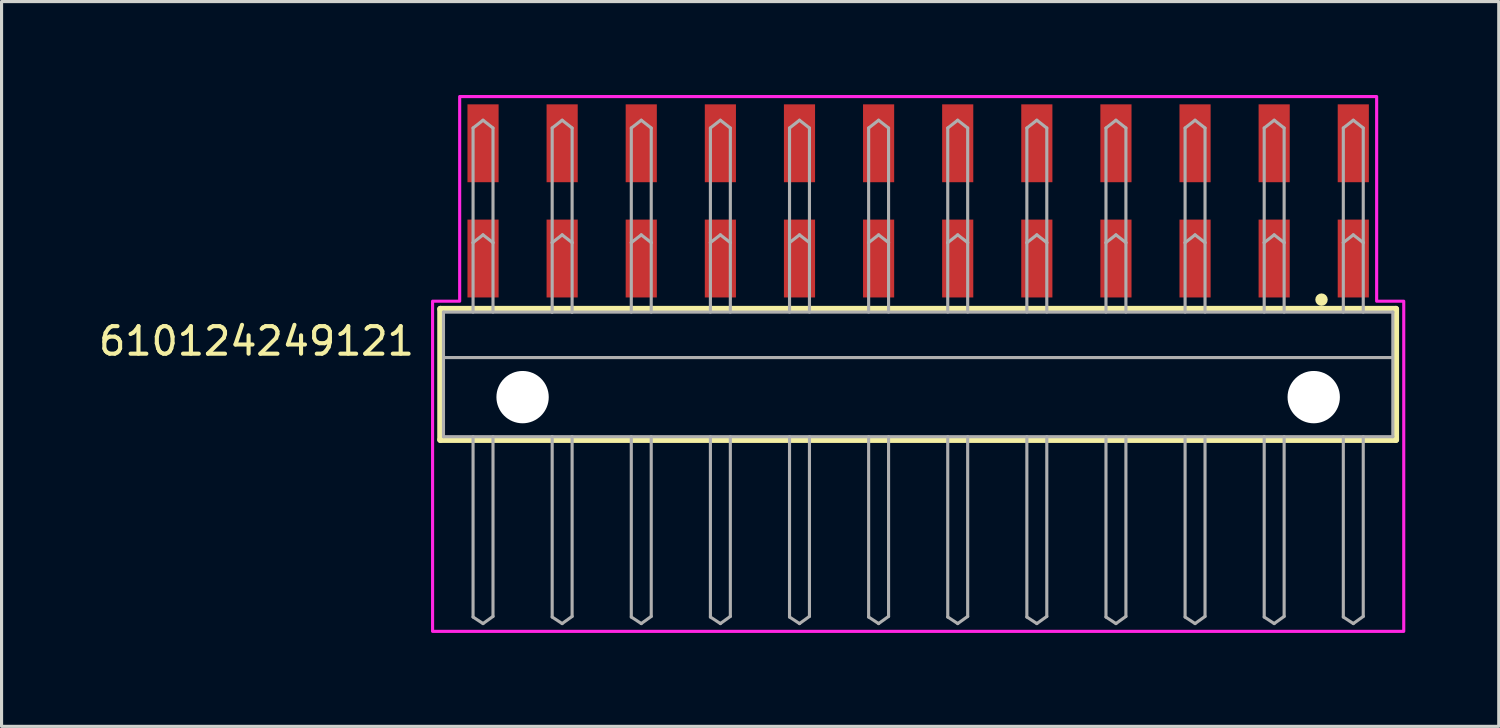
<source format=kicad_pcb>
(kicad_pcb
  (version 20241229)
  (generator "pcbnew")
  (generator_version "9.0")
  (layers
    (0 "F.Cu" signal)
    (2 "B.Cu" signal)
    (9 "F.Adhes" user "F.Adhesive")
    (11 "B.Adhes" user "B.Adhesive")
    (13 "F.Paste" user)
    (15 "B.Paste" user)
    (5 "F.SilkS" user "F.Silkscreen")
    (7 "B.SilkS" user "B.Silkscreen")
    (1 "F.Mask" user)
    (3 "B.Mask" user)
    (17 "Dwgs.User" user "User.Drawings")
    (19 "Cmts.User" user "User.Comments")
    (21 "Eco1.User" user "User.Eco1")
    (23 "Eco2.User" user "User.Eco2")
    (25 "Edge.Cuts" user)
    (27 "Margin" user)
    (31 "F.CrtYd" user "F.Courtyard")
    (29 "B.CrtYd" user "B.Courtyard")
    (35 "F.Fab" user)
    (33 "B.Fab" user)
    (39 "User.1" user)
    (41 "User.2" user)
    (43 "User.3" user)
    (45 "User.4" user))
  (footprint "610124249121"
    (layer "F.Cu")
    (at 26.428 9.7)
    (property "Reference" "610124249121" (at -16.106 -1.28 0) (unlocked yes) (layer "F.SilkS") (effects (font (size 0.884 0.884) (thickness 0.132)) (justify right bottom)))
    (fp_line (start -15.34 -2.83) (end 15.34 -2.83) (stroke (width 0.2) (type solid)) (layer "F.SilkS"))
    (fp_line (start -15.34 1.37) (end -15.34 -2.83) (stroke (width 0.2) (type solid)) (layer "F.SilkS"))
    (fp_line (start 15.34 -2.83) (end 15.34 1.37) (stroke (width 0.2) (type solid)) (layer "F.SilkS"))
    (fp_line (start 15.34 1.37) (end -15.34 1.37) (stroke (width 0.2) (type solid)) (layer "F.SilkS"))
    (fp_circle (center 12.95 -3.13) (end 13.05 -3.13) (stroke (width 0.2) (type solid)) (fill no) (layer "F.SilkS"))
    (fp_poly (pts (xy 14.72 -3.08) (xy 15.59 -3.08) (xy 15.59 7.52) (xy -15.59 7.52) (xy -15.59 -3.08) (xy -14.72 -3.08) (xy -14.72 -9.65) (xy 14.72 -9.65)) (stroke (width 0.1) (type default)) (fill no) (layer "F.CrtYd"))
    (fp_line (start -15.24 -2.73) (end -15.24 1.27) (stroke (width 0.1) (type solid)) (layer "F.Fab"))
    (fp_line (start -15.23 -1.27) (end 15.23 -1.27) (stroke (width 0.1) (type solid)) (layer "F.Fab"))
    (fp_line (start -14.29 -4.96) (end -14.29 -8.64) (stroke (width 0.1) (type solid)) (layer "F.Fab"))
    (fp_line (start -14.29 -2.73) (end -14.29 -4.96) (stroke (width 0.1) (type solid)) (layer "F.Fab"))
    (fp_line (start -14.29 1.27) (end -14.29 7.06) (stroke (width 0.1) (type solid)) (layer "F.Fab"))
    (fp_line (start -14.29 7.06) (end -13.97 7.27) (stroke (width 0.1) (type solid)) (layer "F.Fab"))
    (fp_line (start -13.97 -8.89) (end -14.29 -8.64) (stroke (width 0.1) (type solid)) (layer "F.Fab"))
    (fp_line (start -13.97 -8.89) (end -13.65 -8.64) (stroke (width 0.1) (type solid)) (layer "F.Fab"))
    (fp_line (start -13.97 -5.21) (end -14.29 -4.96) (stroke (width 0.1) (type solid)) (layer "F.Fab"))
    (fp_line (start -13.97 -5.21) (end -13.65 -4.96) (stroke (width 0.1) (type solid)) (layer "F.Fab"))
    (fp_line (start -13.97 7.27) (end -13.65 7.04) (stroke (width 0.1) (type solid)) (layer "F.Fab"))
    (fp_line (start -13.65 -8.64) (end -13.65 -4.96) (stroke (width 0.1) (type solid)) (layer "F.Fab"))
    (fp_line (start -13.65 -4.96) (end -13.65 -2.73) (stroke (width 0.1) (type solid)) (layer "F.Fab"))
    (fp_line (start -13.65 7.04) (end -13.65 1.27) (stroke (width 0.1) (type solid)) (layer "F.Fab"))
    (fp_line (start -11.75 -4.96) (end -11.75 -8.64) (stroke (width 0.1) (type solid)) (layer "F.Fab"))
    (fp_line (start -11.75 -2.73) (end -15.24 -2.73) (stroke (width 0.1) (type solid)) (layer "F.Fab"))
    (fp_line (start -11.75 -2.73) (end -11.75 -4.96) (stroke (width 0.1) (type solid)) (layer "F.Fab"))
    (fp_line (start -11.75 1.27) (end -15.24 1.27) (stroke (width 0.1) (type solid)) (layer "F.Fab"))
    (fp_line (start -11.75 1.27) (end -11.75 7.06) (stroke (width 0.1) (type solid)) (layer "F.Fab"))
    (fp_line (start -11.75 7.06) (end -11.43 7.27) (stroke (width 0.1) (type solid)) (layer "F.Fab"))
    (fp_line (start -11.43 -8.89) (end -11.75 -8.64) (stroke (width 0.1) (type solid)) (layer "F.Fab"))
    (fp_line (start -11.43 -8.89) (end -11.11 -8.64) (stroke (width 0.1) (type solid)) (layer "F.Fab"))
    (fp_line (start -11.43 -5.21) (end -11.75 -4.96) (stroke (width 0.1) (type solid)) (layer "F.Fab"))
    (fp_line (start -11.43 -5.21) (end -11.11 -4.96) (stroke (width 0.1) (type solid)) (layer "F.Fab"))
    (fp_line (start -11.43 7.27) (end -11.11 7.04) (stroke (width 0.1) (type solid)) (layer "F.Fab"))
    (fp_line (start -11.11 -8.64) (end -11.11 -4.96) (stroke (width 0.1) (type solid)) (layer "F.Fab"))
    (fp_line (start -11.11 -4.96) (end -11.11 -2.73) (stroke (width 0.1) (type solid)) (layer "F.Fab"))
    (fp_line (start -11.11 -2.73) (end -11.75 -2.73) (stroke (width 0.1) (type solid)) (layer "F.Fab"))
    (fp_line (start -11.11 1.27) (end -11.75 1.27) (stroke (width 0.1) (type solid)) (layer "F.Fab"))
    (fp_line (start -11.11 7.04) (end -11.11 1.27) (stroke (width 0.1) (type solid)) (layer "F.Fab"))
    (fp_line (start -9.21 -4.96) (end -9.21 -8.64) (stroke (width 0.1) (type solid)) (layer "F.Fab"))
    (fp_line (start -9.21 -2.73) (end -9.21 -4.96) (stroke (width 0.1) (type solid)) (layer "F.Fab"))
    (fp_line (start -9.21 1.27) (end -9.21 7.06) (stroke (width 0.1) (type solid)) (layer "F.Fab"))
    (fp_line (start -9.21 7.06) (end -8.89 7.27) (stroke (width 0.1) (type solid)) (layer "F.Fab"))
    (fp_line (start -8.89 -8.89) (end -9.21 -8.64) (stroke (width 0.1) (type solid)) (layer "F.Fab"))
    (fp_line (start -8.89 -8.89) (end -8.57 -8.64) (stroke (width 0.1) (type solid)) (layer "F.Fab"))
    (fp_line (start -8.89 -5.21) (end -9.21 -4.96) (stroke (width 0.1) (type solid)) (layer "F.Fab"))
    (fp_line (start -8.89 -5.21) (end -8.57 -4.96) (stroke (width 0.1) (type solid)) (layer "F.Fab"))
    (fp_line (start -8.89 7.27) (end -8.57 7.04) (stroke (width 0.1) (type solid)) (layer "F.Fab"))
    (fp_line (start -8.57 -8.64) (end -8.57 -4.96) (stroke (width 0.1) (type solid)) (layer "F.Fab"))
    (fp_line (start -8.57 -4.96) (end -8.57 -2.73) (stroke (width 0.1) (type solid)) (layer "F.Fab"))
    (fp_line (start -8.57 7.04) (end -8.57 1.27) (stroke (width 0.1) (type solid)) (layer "F.Fab"))
    (fp_line (start -6.67 -4.96) (end -6.67 -8.64) (stroke (width 0.1) (type solid)) (layer "F.Fab"))
    (fp_line (start -6.67 -2.73) (end -6.67 -4.96) (stroke (width 0.1) (type solid)) (layer "F.Fab"))
    (fp_line (start -6.67 1.27) (end -6.67 7.06) (stroke (width 0.1) (type solid)) (layer "F.Fab"))
    (fp_line (start -6.67 7.06) (end -6.35 7.27) (stroke (width 0.1) (type solid)) (layer "F.Fab"))
    (fp_line (start -6.35 -8.89) (end -6.67 -8.64) (stroke (width 0.1) (type solid)) (layer "F.Fab"))
    (fp_line (start -6.35 -8.89) (end -6.03 -8.64) (stroke (width 0.1) (type solid)) (layer "F.Fab"))
    (fp_line (start -6.35 -5.21) (end -6.67 -4.96) (stroke (width 0.1) (type solid)) (layer "F.Fab"))
    (fp_line (start -6.35 -5.21) (end -6.03 -4.96) (stroke (width 0.1) (type solid)) (layer "F.Fab"))
    (fp_line (start -6.35 7.27) (end -6.03 7.04) (stroke (width 0.1) (type solid)) (layer "F.Fab"))
    (fp_line (start -6.03 -8.64) (end -6.03 -4.96) (stroke (width 0.1) (type solid)) (layer "F.Fab"))
    (fp_line (start -6.03 -4.96) (end -6.03 -2.73) (stroke (width 0.1) (type solid)) (layer "F.Fab"))
    (fp_line (start -6.03 7.04) (end -6.03 1.27) (stroke (width 0.1) (type solid)) (layer "F.Fab"))
    (fp_line (start -4.13 -4.96) (end -4.13 -8.64) (stroke (width 0.1) (type solid)) (layer "F.Fab"))
    (fp_line (start -4.13 -2.73) (end -4.13 -4.96) (stroke (width 0.1) (type solid)) (layer "F.Fab"))
    (fp_line (start -4.13 1.27) (end -4.13 7.06) (stroke (width 0.1) (type solid)) (layer "F.Fab"))
    (fp_line (start -4.13 7.06) (end -3.81 7.27) (stroke (width 0.1) (type solid)) (layer "F.Fab"))
    (fp_line (start -3.81 -8.89) (end -4.13 -8.64) (stroke (width 0.1) (type solid)) (layer "F.Fab"))
    (fp_line (start -3.81 -8.89) (end -3.49 -8.64) (stroke (width 0.1) (type solid)) (layer "F.Fab"))
    (fp_line (start -3.81 -5.21) (end -4.13 -4.96) (stroke (width 0.1) (type solid)) (layer "F.Fab"))
    (fp_line (start -3.81 -5.21) (end -3.49 -4.96) (stroke (width 0.1) (type solid)) (layer "F.Fab"))
    (fp_line (start -3.81 7.27) (end -3.49 7.04) (stroke (width 0.1) (type solid)) (layer "F.Fab"))
    (fp_line (start -3.49 -8.64) (end -3.49 -4.96) (stroke (width 0.1) (type solid)) (layer "F.Fab"))
    (fp_line (start -3.49 -4.96) (end -3.49 -2.73) (stroke (width 0.1) (type solid)) (layer "F.Fab"))
    (fp_line (start -3.49 7.04) (end -3.49 1.27) (stroke (width 0.1) (type solid)) (layer "F.Fab"))
    (fp_line (start -1.59 -4.96) (end -1.59 -8.64) (stroke (width 0.1) (type solid)) (layer "F.Fab"))
    (fp_line (start -1.59 -2.73) (end -1.59 -4.96) (stroke (width 0.1) (type solid)) (layer "F.Fab"))
    (fp_line (start -1.59 1.27) (end -1.59 7.06) (stroke (width 0.1) (type solid)) (layer "F.Fab"))
    (fp_line (start -1.59 7.06) (end -1.27 7.27) (stroke (width 0.1) (type solid)) (layer "F.Fab"))
    (fp_line (start -1.27 -8.89) (end -1.59 -8.64) (stroke (width 0.1) (type solid)) (layer "F.Fab"))
    (fp_line (start -1.27 -8.89) (end -0.95 -8.64) (stroke (width 0.1) (type solid)) (layer "F.Fab"))
    (fp_line (start -1.27 -5.21) (end -1.59 -4.96) (stroke (width 0.1) (type solid)) (layer "F.Fab"))
    (fp_line (start -1.27 -5.21) (end -0.95 -4.96) (stroke (width 0.1) (type solid)) (layer "F.Fab"))
    (fp_line (start -1.27 7.27) (end -0.95 7.04) (stroke (width 0.1) (type solid)) (layer "F.Fab"))
    (fp_line (start -0.95 -8.64) (end -0.95 -4.96) (stroke (width 0.1) (type solid)) (layer "F.Fab"))
    (fp_line (start -0.95 -4.96) (end -0.95 -2.73) (stroke (width 0.1) (type solid)) (layer "F.Fab"))
    (fp_line (start -0.95 7.04) (end -0.95 1.27) (stroke (width 0.1) (type solid)) (layer "F.Fab"))
    (fp_line (start 0.95 -4.96) (end 0.95 -8.64) (stroke (width 0.1) (type solid)) (layer "F.Fab"))
    (fp_line (start 0.95 -2.73) (end 0.95 -4.96) (stroke (width 0.1) (type solid)) (layer "F.Fab"))
    (fp_line (start 0.95 1.27) (end 0.95 7.06) (stroke (width 0.1) (type solid)) (layer "F.Fab"))
    (fp_line (start 0.95 7.06) (end 1.27 7.27) (stroke (width 0.1) (type solid)) (layer "F.Fab"))
    (fp_line (start 1.27 -8.89) (end 0.95 -8.64) (stroke (width 0.1) (type solid)) (layer "F.Fab"))
    (fp_line (start 1.27 -8.89) (end 1.59 -8.64) (stroke (width 0.1) (type solid)) (layer "F.Fab"))
    (fp_line (start 1.27 -5.21) (end 0.95 -4.96) (stroke (width 0.1) (type solid)) (layer "F.Fab"))
    (fp_line (start 1.27 -5.21) (end 1.59 -4.96) (stroke (width 0.1) (type solid)) (layer "F.Fab"))
    (fp_line (start 1.27 7.27) (end 1.59 7.04) (stroke (width 0.1) (type solid)) (layer "F.Fab"))
    (fp_line (start 1.59 -8.64) (end 1.59 -4.96) (stroke (width 0.1) (type solid)) (layer "F.Fab"))
    (fp_line (start 1.59 -4.96) (end 1.59 -2.73) (stroke (width 0.1) (type solid)) (layer "F.Fab"))
    (fp_line (start 1.59 7.04) (end 1.59 1.27) (stroke (width 0.1) (type solid)) (layer "F.Fab"))
    (fp_line (start 3.49 -4.96) (end 3.49 -8.64) (stroke (width 0.1) (type solid)) (layer "F.Fab"))
    (fp_line (start 3.49 -2.73) (end 3.49 -4.96) (stroke (width 0.1) (type solid)) (layer "F.Fab"))
    (fp_line (start 3.49 1.27) (end 3.49 7.06) (stroke (width 0.1) (type solid)) (layer "F.Fab"))
    (fp_line (start 3.49 7.06) (end 3.81 7.27) (stroke (width 0.1) (type solid)) (layer "F.Fab"))
    (fp_line (start 3.81 -8.89) (end 3.49 -8.64) (stroke (width 0.1) (type solid)) (layer "F.Fab"))
    (fp_line (start 3.81 -8.89) (end 4.13 -8.64) (stroke (width 0.1) (type solid)) (layer "F.Fab"))
    (fp_line (start 3.81 -5.21) (end 3.49 -4.96) (stroke (width 0.1) (type solid)) (layer "F.Fab"))
    (fp_line (start 3.81 -5.21) (end 4.13 -4.96) (stroke (width 0.1) (type solid)) (layer "F.Fab"))
    (fp_line (start 3.81 7.27) (end 4.13 7.04) (stroke (width 0.1) (type solid)) (layer "F.Fab"))
    (fp_line (start 4.13 -8.64) (end 4.13 -4.96) (stroke (width 0.1) (type solid)) (layer "F.Fab"))
    (fp_line (start 4.13 -4.96) (end 4.13 -2.73) (stroke (width 0.1) (type solid)) (layer "F.Fab"))
    (fp_line (start 4.13 7.04) (end 4.13 1.27) (stroke (width 0.1) (type solid)) (layer "F.Fab"))
    (fp_line (start 6.03 -4.96) (end 6.03 -8.64) (stroke (width 0.1) (type solid)) (layer "F.Fab"))
    (fp_line (start 6.03 -2.73) (end 6.03 -4.96) (stroke (width 0.1) (type solid)) (layer "F.Fab"))
    (fp_line (start 6.03 1.27) (end 6.03 7.06) (stroke (width 0.1) (type solid)) (layer "F.Fab"))
    (fp_line (start 6.03 7.06) (end 6.35 7.27) (stroke (width 0.1) (type solid)) (layer "F.Fab"))
    (fp_line (start 6.35 -8.89) (end 6.03 -8.64) (stroke (width 0.1) (type solid)) (layer "F.Fab"))
    (fp_line (start 6.35 -8.89) (end 6.67 -8.64) (stroke (width 0.1) (type solid)) (layer "F.Fab"))
    (fp_line (start 6.35 -5.21) (end 6.03 -4.96) (stroke (width 0.1) (type solid)) (layer "F.Fab"))
    (fp_line (start 6.35 -5.21) (end 6.67 -4.96) (stroke (width 0.1) (type solid)) (layer "F.Fab"))
    (fp_line (start 6.35 7.27) (end 6.67 7.04) (stroke (width 0.1) (type solid)) (layer "F.Fab"))
    (fp_line (start 6.67 -8.64) (end 6.67 -4.96) (stroke (width 0.1) (type solid)) (layer "F.Fab"))
    (fp_line (start 6.67 -4.96) (end 6.67 -2.73) (stroke (width 0.1) (type solid)) (layer "F.Fab"))
    (fp_line (start 6.67 7.04) (end 6.67 1.27) (stroke (width 0.1) (type solid)) (layer "F.Fab"))
    (fp_line (start 8.57 -4.96) (end 8.57 -8.64) (stroke (width 0.1) (type solid)) (layer "F.Fab"))
    (fp_line (start 8.57 -2.73) (end 8.57 -4.96) (stroke (width 0.1) (type solid)) (layer "F.Fab"))
    (fp_line (start 8.57 1.27) (end 8.57 7.06) (stroke (width 0.1) (type solid)) (layer "F.Fab"))
    (fp_line (start 8.57 7.06) (end 8.89 7.27) (stroke (width 0.1) (type solid)) (layer "F.Fab"))
    (fp_line (start 8.89 -8.89) (end 8.57 -8.64) (stroke (width 0.1) (type solid)) (layer "F.Fab"))
    (fp_line (start 8.89 -8.89) (end 9.21 -8.64) (stroke (width 0.1) (type solid)) (layer "F.Fab"))
    (fp_line (start 8.89 -5.21) (end 8.57 -4.96) (stroke (width 0.1) (type solid)) (layer "F.Fab"))
    (fp_line (start 8.89 -5.21) (end 9.21 -4.96) (stroke (width 0.1) (type solid)) (layer "F.Fab"))
    (fp_line (start 8.89 7.27) (end 9.21 7.04) (stroke (width 0.1) (type solid)) (layer "F.Fab"))
    (fp_line (start 9.21 -8.64) (end 9.21 -4.96) (stroke (width 0.1) (type solid)) (layer "F.Fab"))
    (fp_line (start 9.21 -4.96) (end 9.21 -2.73) (stroke (width 0.1) (type solid)) (layer "F.Fab"))
    (fp_line (start 9.21 7.04) (end 9.21 1.27) (stroke (width 0.1) (type solid)) (layer "F.Fab"))
    (fp_line (start 11.11 -4.96) (end 11.11 -8.64) (stroke (width 0.1) (type solid)) (layer "F.Fab"))
    (fp_line (start 11.11 -2.73) (end 11.11 -4.96) (stroke (width 0.1) (type solid)) (layer "F.Fab"))
    (fp_line (start 11.11 1.27) (end 11.11 7.06) (stroke (width 0.1) (type solid)) (layer "F.Fab"))
    (fp_line (start 11.11 7.06) (end 11.43 7.27) (stroke (width 0.1) (type solid)) (layer "F.Fab"))
    (fp_line (start 11.43 -8.89) (end 11.11 -8.64) (stroke (width 0.1) (type solid)) (layer "F.Fab"))
    (fp_line (start 11.43 -8.89) (end 11.75 -8.64) (stroke (width 0.1) (type solid)) (layer "F.Fab"))
    (fp_line (start 11.43 -5.21) (end 11.11 -4.96) (stroke (width 0.1) (type solid)) (layer "F.Fab"))
    (fp_line (start 11.43 -5.21) (end 11.75 -4.96) (stroke (width 0.1) (type solid)) (layer "F.Fab"))
    (fp_line (start 11.43 7.27) (end 11.75 7.04) (stroke (width 0.1) (type solid)) (layer "F.Fab"))
    (fp_line (start 11.75 -8.64) (end 11.75 -4.96) (stroke (width 0.1) (type solid)) (layer "F.Fab"))
    (fp_line (start 11.75 -4.96) (end 11.75 -2.73) (stroke (width 0.1) (type solid)) (layer "F.Fab"))
    (fp_line (start 11.75 7.04) (end 11.75 1.27) (stroke (width 0.1) (type solid)) (layer "F.Fab"))
    (fp_line (start 13.65 -4.96) (end 13.65 -8.64) (stroke (width 0.1) (type solid)) (layer "F.Fab"))
    (fp_line (start 13.65 -2.73) (end 13.65 -4.96) (stroke (width 0.1) (type solid)) (layer "F.Fab"))
    (fp_line (start 13.65 1.27) (end 13.65 7.06) (stroke (width 0.1) (type solid)) (layer "F.Fab"))
    (fp_line (start 13.65 7.06) (end 13.97 7.27) (stroke (width 0.1) (type solid)) (layer "F.Fab"))
    (fp_line (start 13.97 -8.89) (end 13.65 -8.64) (stroke (width 0.1) (type solid)) (layer "F.Fab"))
    (fp_line (start 13.97 -8.89) (end 14.29 -8.64) (stroke (width 0.1) (type solid)) (layer "F.Fab"))
    (fp_line (start 13.97 -5.21) (end 13.65 -4.96) (stroke (width 0.1) (type solid)) (layer "F.Fab"))
    (fp_line (start 13.97 -5.21) (end 14.29 -4.96) (stroke (width 0.1) (type solid)) (layer "F.Fab"))
    (fp_line (start 13.97 7.27) (end 14.29 7.04) (stroke (width 0.1) (type solid)) (layer "F.Fab"))
    (fp_line (start 14.29 -8.64) (end 14.29 -4.96) (stroke (width 0.1) (type solid)) (layer "F.Fab"))
    (fp_line (start 14.29 -4.96) (end 14.29 -2.73) (stroke (width 0.1) (type solid)) (layer "F.Fab"))
    (fp_line (start 14.29 7.04) (end 14.29 1.27) (stroke (width 0.1) (type solid)) (layer "F.Fab"))
    (fp_line (start 15.24 -2.73) (end -11.11 -2.73) (stroke (width 0.1) (type solid)) (layer "F.Fab"))
    (fp_line (start 15.24 -2.73) (end 15.24 1.27) (stroke (width 0.1) (type solid)) (layer "F.Fab"))
    (fp_line (start 15.24 1.27) (end -11.11 1.27) (stroke (width 0.1) (type solid)) (layer "F.Fab"))
    (pad "" np_thru_hole circle (at -12.7 0) (size 1.68 1.68) (drill 1.68) (layers "*.Cu" "*.Mask"))
    (pad "" np_thru_hole circle (at 12.7 0) (size 1.68 1.68) (drill 1.68) (layers "*.Cu" "*.Mask"))
    (pad "1" smd rect (at 13.97 -4.45) (size 1 2.5) (layers "F.Cu" "F.Mask" "F.Paste"))
    (pad "2" smd rect (at 13.97 -8.15) (size 1 2.5) (layers "F.Cu" "F.Mask" "F.Paste"))
    (pad "3" smd rect (at 11.43 -4.45) (size 1 2.5) (layers "F.Cu" "F.Mask" "F.Paste"))
    (pad "4" smd rect (at 11.43 -8.15) (size 1 2.5) (layers "F.Cu" "F.Mask" "F.Paste"))
    (pad "5" smd rect (at 8.89 -4.45) (size 1 2.5) (layers "F.Cu" "F.Mask" "F.Paste"))
    (pad "6" smd rect (at 8.89 -8.15 180) (size 1 2.5) (layers "F.Cu" "F.Mask" "F.Paste"))
    (pad "7" smd rect (at 6.35 -4.45) (size 1 2.5) (layers "F.Cu" "F.Mask" "F.Paste"))
    (pad "8" smd rect (at 6.35 -8.15 180) (size 1 2.5) (layers "F.Cu" "F.Mask" "F.Paste"))
    (pad "9" smd rect (at 3.81 -4.45) (size 1 2.5) (layers "F.Cu" "F.Mask" "F.Paste"))
    (pad "10" smd rect (at 3.81 -8.15 180) (size 1 2.5) (layers "F.Cu" "F.Mask" "F.Paste"))
    (pad "11" smd rect (at 1.27 -4.45) (size 1 2.5) (layers "F.Cu" "F.Mask" "F.Paste"))
    (pad "12" smd rect (at 1.27 -8.15 180) (size 1 2.5) (layers "F.Cu" "F.Mask" "F.Paste"))
    (pad "13" smd rect (at -1.27 -4.45) (size 1 2.5) (layers "F.Cu" "F.Mask" "F.Paste"))
    (pad "14" smd rect (at -1.27 -8.15 180) (size 1 2.5) (layers "F.Cu" "F.Mask" "F.Paste"))
    (pad "15" smd rect (at -3.81 -4.45) (size 1 2.5) (layers "F.Cu" "F.Mask" "F.Paste"))
    (pad "16" smd rect (at -3.81 -8.15 180) (size 1 2.5) (layers "F.Cu" "F.Mask" "F.Paste"))
    (pad "17" smd rect (at -6.35 -4.45) (size 1 2.5) (layers "F.Cu" "F.Mask" "F.Paste"))
    (pad "18" smd rect (at -6.35 -8.15 180) (size 1 2.5) (layers "F.Cu" "F.Mask" "F.Paste"))
    (pad "19" smd rect (at -8.89 -4.45) (size 1 2.5) (layers "F.Cu" "F.Mask" "F.Paste"))
    (pad "20" smd rect (at -8.89 -8.15 180) (size 1 2.5) (layers "F.Cu" "F.Mask" "F.Paste"))
    (pad "21" smd rect (at -11.43 -4.45) (size 1 2.5) (layers "F.Cu" "F.Mask" "F.Paste"))
    (pad "22" smd rect (at -11.43 -8.15 180) (size 1 2.5) (layers "F.Cu" "F.Mask" "F.Paste"))
    (pad "23" smd rect (at -13.97 -4.45) (size 1 2.5) (layers "F.Cu" "F.Mask" "F.Paste"))
    (pad "24" smd rect (at -13.97 -8.15 180) (size 1 2.5) (layers "F.Cu" "F.Mask" "F.Paste")))
  (gr_rect
    (start -3 -3)
    (end 45.068 20.27)
    (stroke (width 0.1) (type default))
    (fill no)
    (layer "Edge.Cuts")))
</source>
